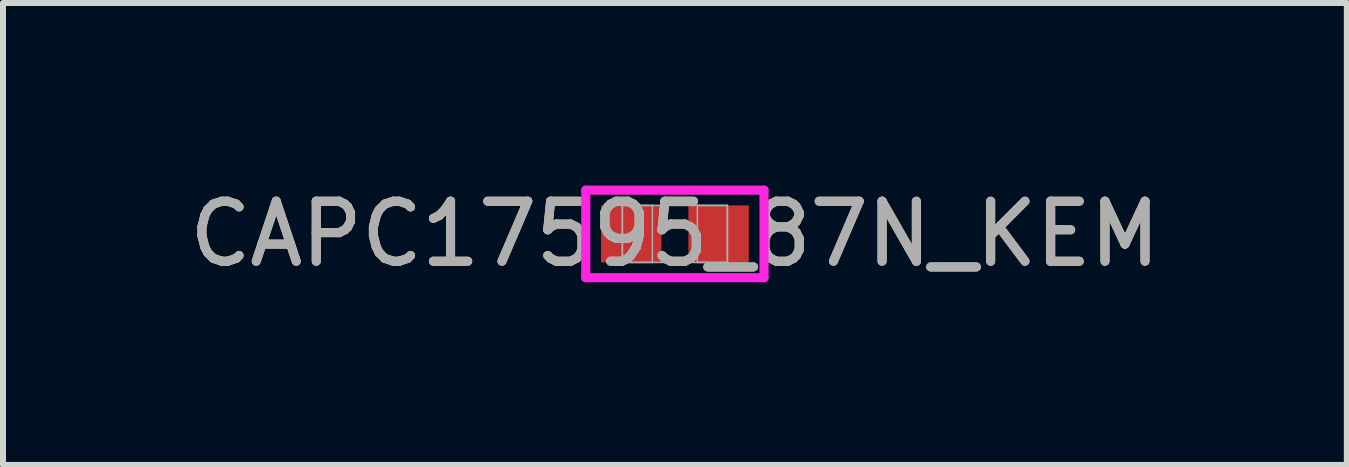
<source format=kicad_pcb>
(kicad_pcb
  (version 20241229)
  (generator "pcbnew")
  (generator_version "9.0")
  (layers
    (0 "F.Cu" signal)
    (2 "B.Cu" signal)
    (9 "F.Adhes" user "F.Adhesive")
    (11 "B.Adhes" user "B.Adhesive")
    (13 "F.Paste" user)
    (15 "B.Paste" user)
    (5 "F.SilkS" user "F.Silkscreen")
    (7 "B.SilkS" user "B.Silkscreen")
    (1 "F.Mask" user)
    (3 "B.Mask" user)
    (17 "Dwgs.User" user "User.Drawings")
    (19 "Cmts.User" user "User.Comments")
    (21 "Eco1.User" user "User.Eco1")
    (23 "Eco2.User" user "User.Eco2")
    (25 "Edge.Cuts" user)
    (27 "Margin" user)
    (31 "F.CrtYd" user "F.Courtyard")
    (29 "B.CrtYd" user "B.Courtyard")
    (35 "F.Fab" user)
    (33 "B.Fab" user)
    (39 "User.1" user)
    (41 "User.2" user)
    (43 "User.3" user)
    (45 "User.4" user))
  (footprint "CAPC17595_87N_KEM"
    (layer "F.Cu")
    (at 8.196 0.848)
    (property "Reference" "CAPC17595_87N_KEM" (at 0 0 0) (unlocked yes) (layer "F.SilkS") (effects (font (size 1 1) (thickness 0.15))))
    (attr smd)
    (fp_line (start -1.485 -0.729) (end 1.485 -0.729) (stroke (width 0.152) (type solid)) (layer "F.CrtYd"))
    (fp_line (start -1.485 0.729) (end -1.485 -0.729) (stroke (width 0.152) (type solid)) (layer "F.CrtYd"))
    (fp_line (start 1.485 -0.729) (end 1.485 0.729) (stroke (width 0.152) (type solid)) (layer "F.CrtYd"))
    (fp_line (start 1.485 0.729) (end -1.485 0.729) (stroke (width 0.152) (type solid)) (layer "F.CrtYd"))
    (fp_line (start -0.875 -0.475) (end -0.875 0.475) (stroke (width 0.025) (type solid)) (layer "F.Fab"))
    (fp_line (start -0.875 -0.475) (end -0.875 0.475) (stroke (width 0.025) (type solid)) (layer "F.Fab"))
    (fp_line (start -0.875 0.475) (end -0.375 0.475) (stroke (width 0.025) (type solid)) (layer "F.Fab"))
    (fp_line (start -0.875 0.475) (end 0.875 0.475) (stroke (width 0.025) (type solid)) (layer "F.Fab"))
    (fp_line (start -0.375 -0.475) (end -0.875 -0.475) (stroke (width 0.025) (type solid)) (layer "F.Fab"))
    (fp_line (start -0.375 0.475) (end -0.375 -0.475) (stroke (width 0.025) (type solid)) (layer "F.Fab"))
    (fp_line (start 0.375 -0.475) (end 0.375 0.475) (stroke (width 0.025) (type solid)) (layer "F.Fab"))
    (fp_line (start 0.375 0.475) (end 0.875 0.475) (stroke (width 0.025) (type solid)) (layer "F.Fab"))
    (fp_line (start 0.875 -0.475) (end -0.875 -0.475) (stroke (width 0.025) (type solid)) (layer "F.Fab"))
    (fp_line (start 0.875 -0.475) (end 0.375 -0.475) (stroke (width 0.025) (type solid)) (layer "F.Fab"))
    (fp_line (start 0.875 0.475) (end 0.875 -0.475) (stroke (width 0.025) (type solid)) (layer "F.Fab"))
    (fp_line (start 0.875 0.475) (end 0.875 -0.475) (stroke (width 0.025) (type solid)) (layer "F.Fab"))
    (fp_text user "${REFERENCE}" (at 0 0 0) (unlocked yes) (layer "F.Fab") (effects (font (size 1 1) (thickness 0.15))))
    (pad "1" smd rect (at -0.728 0) (size 1.006 0.95) (layers "F.Cu" "F.Mask" "F.Paste"))
    (pad "2" smd rect (at 0.728 0) (size 1.006 0.95) (layers "F.Cu" "F.Mask" "F.Paste"))
    (zone (net_name "") (layer "F.Cu") (hatch full 0.508) (connect_pads) (min_thickness 0.254) (filled_areas_thickness no) (keepout (tracks not_allowed) (vias not_allowed) (pads allowed) (copperpour not_allowed) (footprints allowed)) (placement (enabled no)) (fill) (polygon (pts (xy 8.022 0.424) (xy 8.371 0.424) (xy 8.371 1.272) (xy 8.022 1.272)))))
  (gr_rect
    (start -3 -3)
    (end 19.393 4.697)
    (stroke (width 0.1) (type default))
    (fill no)
    (layer "Edge.Cuts")))
</source>
